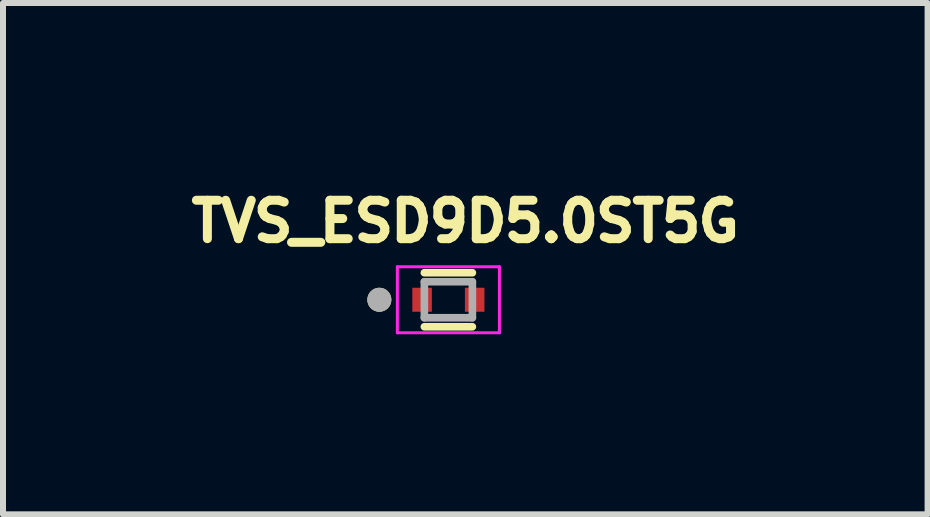
<source format=kicad_pcb>
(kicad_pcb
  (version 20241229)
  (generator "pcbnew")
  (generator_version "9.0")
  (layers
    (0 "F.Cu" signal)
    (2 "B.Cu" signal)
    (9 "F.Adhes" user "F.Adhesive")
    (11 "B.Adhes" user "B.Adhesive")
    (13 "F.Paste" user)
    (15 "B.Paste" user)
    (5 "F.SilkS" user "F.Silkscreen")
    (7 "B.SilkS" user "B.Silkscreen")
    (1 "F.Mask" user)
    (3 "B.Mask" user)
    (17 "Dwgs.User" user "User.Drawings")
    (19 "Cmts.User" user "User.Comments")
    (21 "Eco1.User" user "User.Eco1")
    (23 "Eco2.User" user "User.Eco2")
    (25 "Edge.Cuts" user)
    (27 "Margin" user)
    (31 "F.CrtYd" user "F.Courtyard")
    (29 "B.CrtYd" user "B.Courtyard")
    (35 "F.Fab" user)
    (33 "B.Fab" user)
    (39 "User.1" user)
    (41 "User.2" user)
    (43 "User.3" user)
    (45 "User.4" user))
  (footprint "TVS_ESD9D5.0ST5G"
    (layer "F.Cu")
    (at 4.42 1.944)
    (property "Reference" "TVS_ESD9D5.0ST5G" (at 0.282 -1.306 0) (layer "F.SilkS") (effects (font (size 0.64 0.64) (thickness 0.15))))
    (attr through_hole)
    (fp_line (start -0.4 -0.45) (end 0.4 -0.45) (stroke (width 0.127) (type solid)) (layer "F.SilkS"))
    (fp_line (start 0.4 0.45) (end -0.4 0.45) (stroke (width 0.127) (type solid)) (layer "F.SilkS"))
    (fp_circle (center -1.15 0) (end -1.05 0) (stroke (width 0.2) (type solid)) (fill no) (layer "F.SilkS"))
    (fp_line (start -0.85 -0.55) (end 0.85 -0.55) (stroke (width 0.05) (type solid)) (layer "F.CrtYd"))
    (fp_line (start -0.85 0.55) (end -0.85 -0.55) (stroke (width 0.05) (type solid)) (layer "F.CrtYd"))
    (fp_line (start 0.85 -0.55) (end 0.85 0.55) (stroke (width 0.05) (type solid)) (layer "F.CrtYd"))
    (fp_line (start 0.85 0.55) (end -0.85 0.55) (stroke (width 0.05) (type solid)) (layer "F.CrtYd"))
    (fp_line (start -0.4 -0.3) (end 0.4 -0.3) (stroke (width 0.127) (type solid)) (layer "F.Fab"))
    (fp_line (start -0.4 0.3) (end -0.4 -0.3) (stroke (width 0.127) (type solid)) (layer "F.Fab"))
    (fp_line (start 0.4 -0.3) (end 0.4 0.3) (stroke (width 0.127) (type solid)) (layer "F.Fab"))
    (fp_line (start 0.4 0.3) (end -0.4 0.3) (stroke (width 0.127) (type solid)) (layer "F.Fab"))
    (fp_circle (center -1.15 0) (end -1.05 0) (stroke (width 0.2) (type solid)) (fill no) (layer "F.Fab"))
    (pad "1" smd rect (at -0.438 0) (size 0.325 0.4) (layers "F.Cu" "F.Mask" "F.Paste"))
    (pad "2" smd rect (at 0.438 0) (size 0.325 0.4) (layers "F.Cu" "F.Mask" "F.Paste")))
  (gr_rect
    (start -3 -3)
    (end 12.404 5.519)
    (stroke (width 0.1) (type default))
    (fill no)
    (layer "Edge.Cuts")))
</source>
